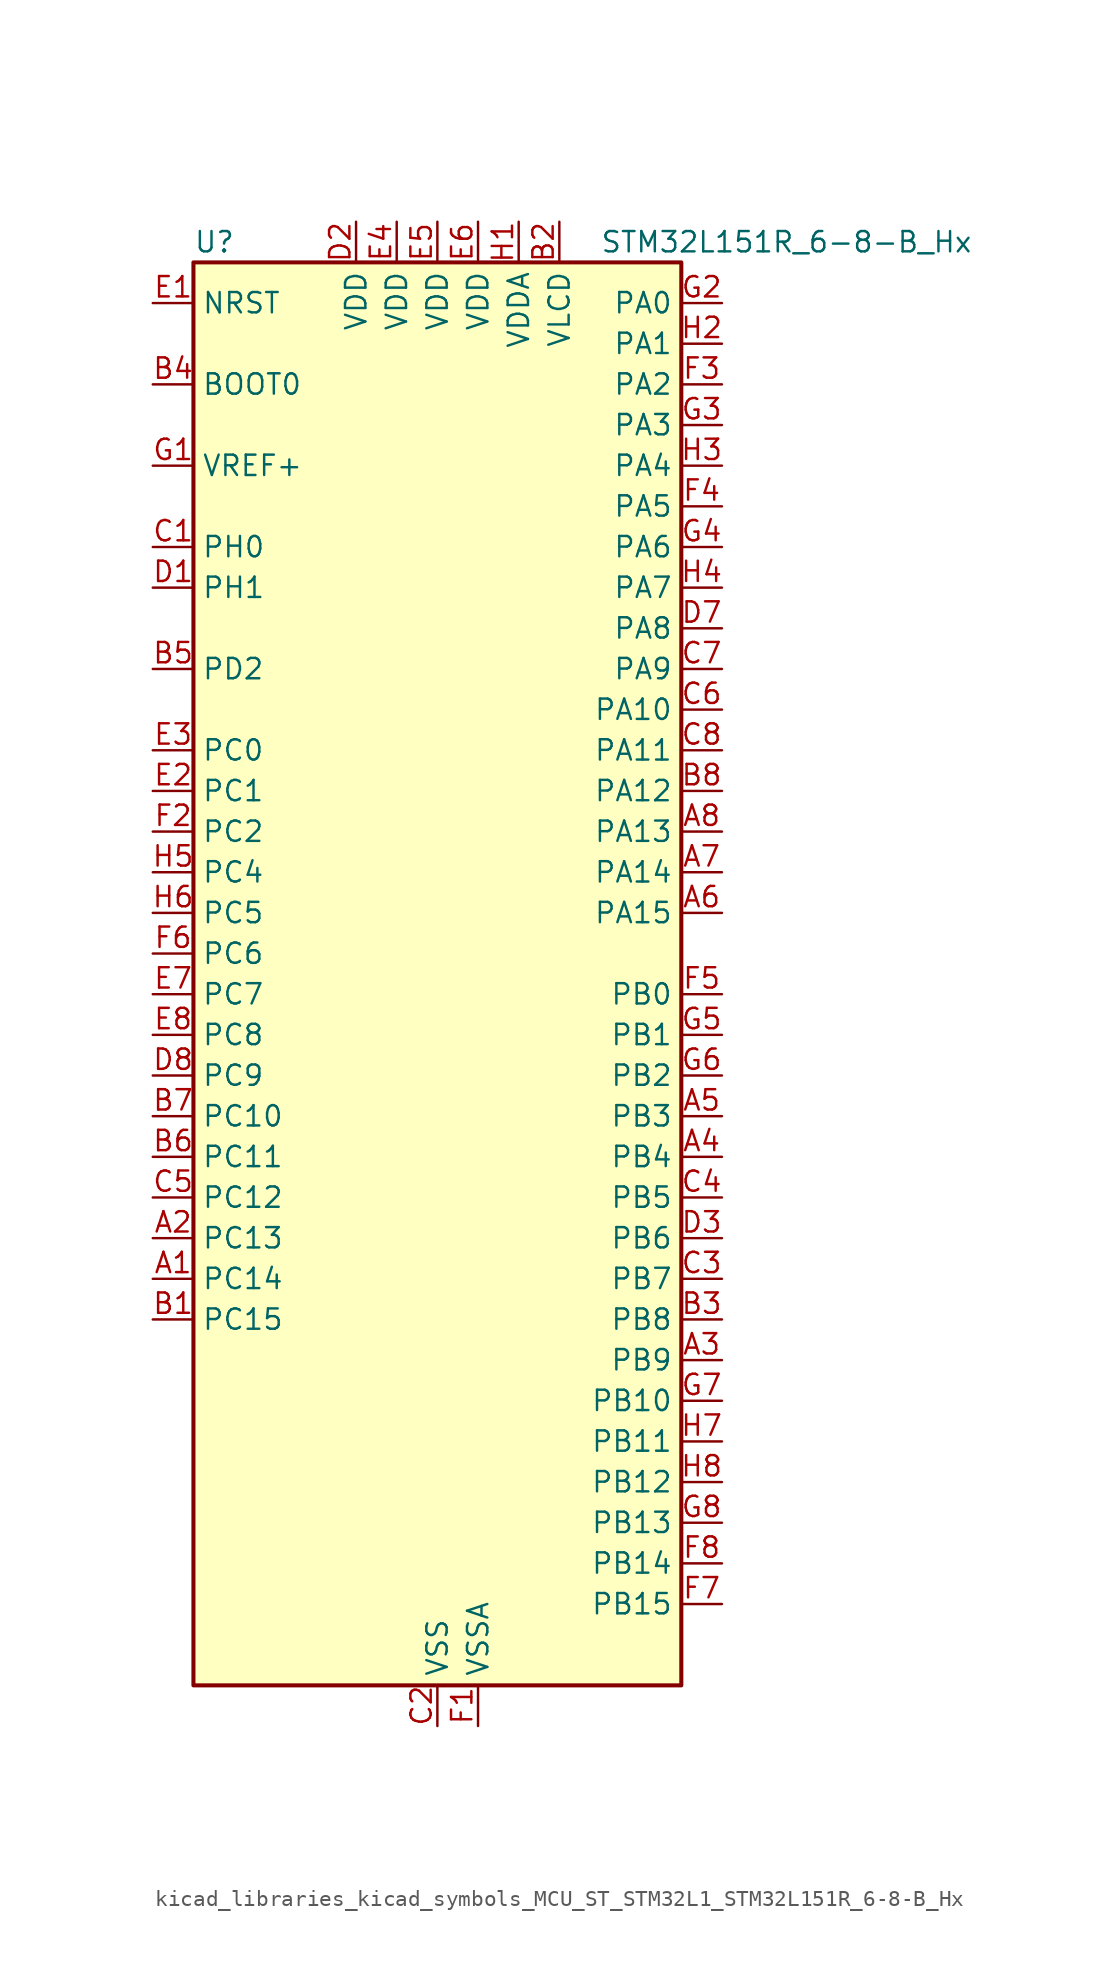
<source format=kicad_sym>
(kicad_symbol_lib
  (version 20220914)
  (generator kicad_symbol_editor)
  (symbol "kicad_libraries_kicad_symbols_MCU_ST_STM32L1_STM32L151R_6-8-B_Hx"
    (property "Reference" "U"
      (at -15.24 46.99 0)
      (effects (font (size 1.27 1.27)) (justify left)))
    (property "Value" "STM32L151R_6-8-B_Hx"
      (at 10.16 46.99 0)
      (effects (font (size 1.27 1.27)) (justify left)))
    (property "ki_locked" ""
      (at 0 0 0)
      (effects (font (size 1.27 1.27))))
    (symbol "kicad_libraries_kicad_symbols_MCU_ST_STM32L1_STM32L151R_6-8-B_Hx_0_1"
      (rectangle (start -15.24 -43.18) (end 15.24 45.72) (stroke (width 0.254) (type default)) (fill (type background))))
    (symbol "kicad_libraries_kicad_symbols_MCU_ST_STM32L1_STM32L151R_6-8-B_Hx_1_1"
      (pin bidirectional line (at -17.78 -17.78 0) (length 2.54) (name "PC14" (effects (font (size 1.27 1.27)))) (number "A1" (effects (font (size 1.27 1.27)))) (alternate "RCC_OSC32_IN" bidirectional line) (alternate "TIMX_IC3" bidirectional line))
      (pin bidirectional line (at -17.78 -15.24 0) (length 2.54) (name "PC13" (effects (font (size 1.27 1.27)))) (number "A2" (effects (font (size 1.27 1.27)))) (alternate "RTC_OUT_ALARM" bidirectional line) (alternate "RTC_OUT_CALIB" bidirectional line) (alternate "RTC_TAMP1" bidirectional line) (alternate "RTC_TS" bidirectional line) (alternate "SYS_WKUP2" bidirectional line) (alternate "TIMX_IC2" bidirectional line))
      (pin bidirectional line (at 17.78 -22.86 180) (length 2.54) (name "PB9" (effects (font (size 1.27 1.27)))) (number "A3" (effects (font (size 1.27 1.27)))) (alternate "DAC_EXTI9" bidirectional line) (alternate "I2C1_SDA" bidirectional line) (alternate "TIM11_CH1" bidirectional line) (alternate "TIM4_CH4" bidirectional line))
      (pin bidirectional line (at 17.78 -10.16 180) (length 2.54) (name "PB4" (effects (font (size 1.27 1.27)))) (number "A4" (effects (font (size 1.27 1.27)))) (alternate "COMP2_INP" bidirectional line) (alternate "SPI1_MISO" bidirectional line) (alternate "SYS_JTRST" bidirectional line) (alternate "TIM3_CH1" bidirectional line) (alternate "TS_G6_IO1" bidirectional line))
      (pin bidirectional line (at 17.78 -7.62 180) (length 2.54) (name "PB3" (effects (font (size 1.27 1.27)))) (number "A5" (effects (font (size 1.27 1.27)))) (alternate "COMP2_INM" bidirectional line) (alternate "SPI1_SCK" bidirectional line) (alternate "SYS_JTDO-TRACESWO" bidirectional line) (alternate "TIM2_CH2" bidirectional line))
      (pin bidirectional line (at 17.78 5.08 180) (length 2.54) (name "PA15" (effects (font (size 1.27 1.27)))) (number "A6" (effects (font (size 1.27 1.27)))) (alternate "ADC_EXTI15" bidirectional line) (alternate "SPI1_NSS" bidirectional line) (alternate "SYS_JTDI" bidirectional line) (alternate "TIM2_CH1" bidirectional line) (alternate "TIM2_ETR" bidirectional line) (alternate "TIMX_IC4" bidirectional line) (alternate "TS_G5_IO3" bidirectional line))
      (pin bidirectional line (at 17.78 7.62 180) (length 2.54) (name "PA14" (effects (font (size 1.27 1.27)))) (number "A7" (effects (font (size 1.27 1.27)))) (alternate "SYS_JTCK-SWCLK" bidirectional line) (alternate "TIMX_IC3" bidirectional line) (alternate "TS_G5_IO2" bidirectional line))
      (pin bidirectional line (at 17.78 10.16 180) (length 2.54) (name "PA13" (effects (font (size 1.27 1.27)))) (number "A8" (effects (font (size 1.27 1.27)))) (alternate "SYS_JTMS-SWDIO" bidirectional line) (alternate "TIMX_IC2" bidirectional line) (alternate "TS_G5_IO1" bidirectional line))
      (pin bidirectional line (at -17.78 -20.32 0) (length 2.54) (name "PC15" (effects (font (size 1.27 1.27)))) (number "B1" (effects (font (size 1.27 1.27)))) (alternate "ADC_EXTI15" bidirectional line) (alternate "RCC_OSC32_OUT" bidirectional line) (alternate "TIMX_IC4" bidirectional line))
      (pin power_in line (at 7.62 48.26 270) (length 2.54) (name "VLCD" (effects (font (size 1.27 1.27)))) (number "B2" (effects (font (size 1.27 1.27)))))
      (pin bidirectional line (at 17.78 -20.32 180) (length 2.54) (name "PB8" (effects (font (size 1.27 1.27)))) (number "B3" (effects (font (size 1.27 1.27)))) (alternate "I2C1_SCL" bidirectional line) (alternate "TIM10_CH1" bidirectional line) (alternate "TIM4_CH3" bidirectional line))
      (pin input line (at -17.78 38.1 0) (length 2.54) (name "BOOT0" (effects (font (size 1.27 1.27)))) (number "B4" (effects (font (size 1.27 1.27)))))
      (pin bidirectional line (at -17.78 20.32 0) (length 2.54) (name "PD2" (effects (font (size 1.27 1.27)))) (number "B5" (effects (font (size 1.27 1.27)))) (alternate "TIM3_ETR" bidirectional line) (alternate "TIMX_IC3" bidirectional line))
      (pin bidirectional line (at -17.78 -10.16 0) (length 2.54) (name "PC11" (effects (font (size 1.27 1.27)))) (number "B6" (effects (font (size 1.27 1.27)))) (alternate "ADC_EXTI11" bidirectional line) (alternate "TIMX_IC4" bidirectional line) (alternate "USART3_RX" bidirectional line))
      (pin bidirectional line (at -17.78 -7.62 0) (length 2.54) (name "PC10" (effects (font (size 1.27 1.27)))) (number "B7" (effects (font (size 1.27 1.27)))) (alternate "TIMX_IC3" bidirectional line) (alternate "USART3_TX" bidirectional line))
      (pin bidirectional line (at 17.78 12.7 180) (length 2.54) (name "PA12" (effects (font (size 1.27 1.27)))) (number "B8" (effects (font (size 1.27 1.27)))) (alternate "SPI1_MOSI" bidirectional line) (alternate "TIMX_IC1" bidirectional line) (alternate "USART1_RTS" bidirectional line) (alternate "USB_DP" bidirectional line))
      (pin bidirectional line (at -17.78 27.94 0) (length 2.54) (name "PH0" (effects (font (size 1.27 1.27)))) (number "C1" (effects (font (size 1.27 1.27)))) (alternate "RCC_OSC_IN" bidirectional line))
      (pin power_in line (at 0 -45.72 90) (length 2.54) (name "VSS" (effects (font (size 1.27 1.27)))) (number "C2" (effects (font (size 1.27 1.27)))))
      (pin bidirectional line (at 17.78 -17.78 180) (length 2.54) (name "PB7" (effects (font (size 1.27 1.27)))) (number "C3" (effects (font (size 1.27 1.27)))) (alternate "I2C1_SDA" bidirectional line) (alternate "SYS_PVD_IN" bidirectional line) (alternate "TIM4_CH2" bidirectional line) (alternate "USART1_RX" bidirectional line))
      (pin bidirectional line (at 17.78 -12.7 180) (length 2.54) (name "PB5" (effects (font (size 1.27 1.27)))) (number "C4" (effects (font (size 1.27 1.27)))) (alternate "COMP2_INP" bidirectional line) (alternate "I2C1_SMBA" bidirectional line) (alternate "SPI1_MOSI" bidirectional line) (alternate "TIM3_CH2" bidirectional line) (alternate "TS_G6_IO2" bidirectional line))
      (pin bidirectional line (at -17.78 -12.7 0) (length 2.54) (name "PC12" (effects (font (size 1.27 1.27)))) (number "C5" (effects (font (size 1.27 1.27)))) (alternate "TIMX_IC1" bidirectional line) (alternate "USART3_CK" bidirectional line))
      (pin bidirectional line (at 17.78 17.78 180) (length 2.54) (name "PA10" (effects (font (size 1.27 1.27)))) (number "C6" (effects (font (size 1.27 1.27)))) (alternate "TIMX_IC3" bidirectional line) (alternate "TS_G4_IO3" bidirectional line) (alternate "USART1_RX" bidirectional line))
      (pin bidirectional line (at 17.78 20.32 180) (length 2.54) (name "PA9" (effects (font (size 1.27 1.27)))) (number "C7" (effects (font (size 1.27 1.27)))) (alternate "DAC_EXTI9" bidirectional line) (alternate "TIMX_IC2" bidirectional line) (alternate "TS_G4_IO2" bidirectional line) (alternate "USART1_TX" bidirectional line))
      (pin bidirectional line (at 17.78 15.24 180) (length 2.54) (name "PA11" (effects (font (size 1.27 1.27)))) (number "C8" (effects (font (size 1.27 1.27)))) (alternate "ADC_EXTI11" bidirectional line) (alternate "SPI1_MISO" bidirectional line) (alternate "TIMX_IC4" bidirectional line) (alternate "USART1_CTS" bidirectional line) (alternate "USB_DM" bidirectional line))
      (pin bidirectional line (at -17.78 25.4 0) (length 2.54) (name "PH1" (effects (font (size 1.27 1.27)))) (number "D1" (effects (font (size 1.27 1.27)))) (alternate "RCC_OSC_OUT" bidirectional line))
      (pin power_in line (at -5.08 48.26 270) (length 2.54) (name "VDD" (effects (font (size 1.27 1.27)))) (number "D2" (effects (font (size 1.27 1.27)))))
      (pin bidirectional line (at 17.78 -15.24 180) (length 2.54) (name "PB6" (effects (font (size 1.27 1.27)))) (number "D3" (effects (font (size 1.27 1.27)))) (alternate "I2C1_SCL" bidirectional line) (alternate "TIM4_CH1" bidirectional line) (alternate "USART1_TX" bidirectional line))
      (pin passive line (at 0 -45.72 90) (length 2.54) hide (name "VSS" (effects (font (size 1.27 1.27)))) (number "D4" (effects (font (size 1.27 1.27)))))
      (pin passive line (at 0 -45.72 90) (length 2.54) hide (name "VSS" (effects (font (size 1.27 1.27)))) (number "D5" (effects (font (size 1.27 1.27)))))
      (pin passive line (at 0 -45.72 90) (length 2.54) hide (name "VSS" (effects (font (size 1.27 1.27)))) (number "D6" (effects (font (size 1.27 1.27)))))
      (pin bidirectional line (at 17.78 22.86 180) (length 2.54) (name "PA8" (effects (font (size 1.27 1.27)))) (number "D7" (effects (font (size 1.27 1.27)))) (alternate "RCC_MCO" bidirectional line) (alternate "TIMX_IC1" bidirectional line) (alternate "TS_G4_IO1" bidirectional line) (alternate "USART1_CK" bidirectional line))
      (pin bidirectional line (at -17.78 -5.08 0) (length 2.54) (name "PC9" (effects (font (size 1.27 1.27)))) (number "D8" (effects (font (size 1.27 1.27)))) (alternate "DAC_EXTI9" bidirectional line) (alternate "TIM3_CH4" bidirectional line) (alternate "TIMX_IC2" bidirectional line) (alternate "TS_G10_IO4" bidirectional line))
      (pin input line (at -17.78 43.18 0) (length 2.54) (name "NRST" (effects (font (size 1.27 1.27)))) (number "E1" (effects (font (size 1.27 1.27)))))
      (pin bidirectional line (at -17.78 12.7 0) (length 2.54) (name "PC1" (effects (font (size 1.27 1.27)))) (number "E2" (effects (font (size 1.27 1.27)))) (alternate "ADC_IN11" bidirectional line) (alternate "COMP1_INP" bidirectional line) (alternate "TIMX_IC2" bidirectional line) (alternate "TS_G8_IO2" bidirectional line))
      (pin bidirectional line (at -17.78 15.24 0) (length 2.54) (name "PC0" (effects (font (size 1.27 1.27)))) (number "E3" (effects (font (size 1.27 1.27)))) (alternate "ADC_IN10" bidirectional line) (alternate "COMP1_INP" bidirectional line) (alternate "TIMX_IC1" bidirectional line) (alternate "TS_G8_IO1" bidirectional line))
      (pin power_in line (at -2.54 48.26 270) (length 2.54) (name "VDD" (effects (font (size 1.27 1.27)))) (number "E4" (effects (font (size 1.27 1.27)))))
      (pin power_in line (at 0 48.26 270) (length 2.54) (name "VDD" (effects (font (size 1.27 1.27)))) (number "E5" (effects (font (size 1.27 1.27)))))
      (pin power_in line (at 2.54 48.26 270) (length 2.54) (name "VDD" (effects (font (size 1.27 1.27)))) (number "E6" (effects (font (size 1.27 1.27)))))
      (pin bidirectional line (at -17.78 0 0) (length 2.54) (name "PC7" (effects (font (size 1.27 1.27)))) (number "E7" (effects (font (size 1.27 1.27)))) (alternate "TIM3_CH2" bidirectional line) (alternate "TIMX_IC4" bidirectional line) (alternate "TS_G10_IO2" bidirectional line))
      (pin bidirectional line (at -17.78 -2.54 0) (length 2.54) (name "PC8" (effects (font (size 1.27 1.27)))) (number "E8" (effects (font (size 1.27 1.27)))) (alternate "TIM3_CH3" bidirectional line) (alternate "TIMX_IC1" bidirectional line) (alternate "TS_G10_IO3" bidirectional line))
      (pin power_in line (at 2.54 -45.72 90) (length 2.54) (name "VSSA" (effects (font (size 1.27 1.27)))) (number "F1" (effects (font (size 1.27 1.27)))))
      (pin bidirectional line (at -17.78 10.16 0) (length 2.54) (name "PC2" (effects (font (size 1.27 1.27)))) (number "F2" (effects (font (size 1.27 1.27)))) (alternate "ADC_IN12" bidirectional line) (alternate "COMP1_INP" bidirectional line) (alternate "TIMX_IC3" bidirectional line) (alternate "TS_G8_IO3" bidirectional line))
      (pin bidirectional line (at 17.78 38.1 180) (length 2.54) (name "PA2" (effects (font (size 1.27 1.27)))) (number "F3" (effects (font (size 1.27 1.27)))) (alternate "ADC_IN2" bidirectional line) (alternate "COMP1_INP" bidirectional line) (alternate "TIM2_CH3" bidirectional line) (alternate "TIM9_CH1" bidirectional line) (alternate "TIMX_IC3" bidirectional line) (alternate "TS_G1_IO3" bidirectional line) (alternate "USART2_TX" bidirectional line))
      (pin bidirectional line (at 17.78 30.48 180) (length 2.54) (name "PA5" (effects (font (size 1.27 1.27)))) (number "F4" (effects (font (size 1.27 1.27)))) (alternate "ADC_IN5" bidirectional line) (alternate "COMP1_INP" bidirectional line) (alternate "DAC_OUT2" bidirectional line) (alternate "SPI1_SCK" bidirectional line) (alternate "TIM2_CH1" bidirectional line) (alternate "TIM2_ETR" bidirectional line) (alternate "TIMX_IC2" bidirectional line))
      (pin bidirectional line (at 17.78 0 180) (length 2.54) (name "PB0" (effects (font (size 1.27 1.27)))) (number "F5" (effects (font (size 1.27 1.27)))) (alternate "ADC_IN8" bidirectional line) (alternate "COMP1_INP" bidirectional line) (alternate "SYS_V_REF_OUT" bidirectional line) (alternate "TIM3_CH3" bidirectional line) (alternate "TS_G3_IO1" bidirectional line))
      (pin bidirectional line (at -17.78 2.54 0) (length 2.54) (name "PC6" (effects (font (size 1.27 1.27)))) (number "F6" (effects (font (size 1.27 1.27)))) (alternate "TIM3_CH1" bidirectional line) (alternate "TIMX_IC3" bidirectional line) (alternate "TS_G10_IO1" bidirectional line))
      (pin bidirectional line (at 17.78 -38.1 180) (length 2.54) (name "PB15" (effects (font (size 1.27 1.27)))) (number "F7" (effects (font (size 1.27 1.27)))) (alternate "ADC_EXTI15" bidirectional line) (alternate "ADC_IN21" bidirectional line) (alternate "COMP1_INP" bidirectional line) (alternate "RTC_REFIN" bidirectional line) (alternate "SPI2_MOSI" bidirectional line) (alternate "TIM11_CH1" bidirectional line) (alternate "TS_G7_IO4" bidirectional line))
      (pin bidirectional line (at 17.78 -35.56 180) (length 2.54) (name "PB14" (effects (font (size 1.27 1.27)))) (number "F8" (effects (font (size 1.27 1.27)))) (alternate "ADC_IN20" bidirectional line) (alternate "COMP1_INP" bidirectional line) (alternate "SPI2_MISO" bidirectional line) (alternate "TIM9_CH2" bidirectional line) (alternate "TS_G7_IO3" bidirectional line) (alternate "USART3_RTS" bidirectional line))
      (pin input line (at -17.78 33.02 0) (length 2.54) (name "VREF+" (effects (font (size 1.27 1.27)))) (number "G1" (effects (font (size 1.27 1.27)))))
      (pin bidirectional line (at 17.78 43.18 180) (length 2.54) (name "PA0" (effects (font (size 1.27 1.27)))) (number "G2" (effects (font (size 1.27 1.27)))) (alternate "ADC_IN0" bidirectional line) (alternate "COMP1_INP" bidirectional line) (alternate "SYS_WKUP1" bidirectional line) (alternate "TIM2_CH1" bidirectional line) (alternate "TIM2_ETR" bidirectional line) (alternate "TIMX_IC1" bidirectional line) (alternate "TS_G1_IO1" bidirectional line) (alternate "USART2_CTS" bidirectional line))
      (pin bidirectional line (at 17.78 35.56 180) (length 2.54) (name "PA3" (effects (font (size 1.27 1.27)))) (number "G3" (effects (font (size 1.27 1.27)))) (alternate "ADC_IN3" bidirectional line) (alternate "COMP1_INP" bidirectional line) (alternate "TIM2_CH4" bidirectional line) (alternate "TIM9_CH2" bidirectional line) (alternate "TIMX_IC4" bidirectional line) (alternate "TS_G1_IO4" bidirectional line) (alternate "USART2_RX" bidirectional line))
      (pin bidirectional line (at 17.78 27.94 180) (length 2.54) (name "PA6" (effects (font (size 1.27 1.27)))) (number "G4" (effects (font (size 1.27 1.27)))) (alternate "ADC_IN6" bidirectional line) (alternate "COMP1_INP" bidirectional line) (alternate "SPI1_MISO" bidirectional line) (alternate "TIM10_CH1" bidirectional line) (alternate "TIM3_CH1" bidirectional line) (alternate "TIMX_IC3" bidirectional line) (alternate "TS_G2_IO1" bidirectional line))
      (pin bidirectional line (at 17.78 -2.54 180) (length 2.54) (name "PB1" (effects (font (size 1.27 1.27)))) (number "G5" (effects (font (size 1.27 1.27)))) (alternate "ADC_IN9" bidirectional line) (alternate "COMP1_INP" bidirectional line) (alternate "SYS_V_REF_OUT" bidirectional line) (alternate "TIM3_CH4" bidirectional line) (alternate "TS_G3_IO2" bidirectional line))
      (pin bidirectional line (at 17.78 -5.08 180) (length 2.54) (name "PB2" (effects (font (size 1.27 1.27)))) (number "G6" (effects (font (size 1.27 1.27)))))
      (pin bidirectional line (at 17.78 -25.4 180) (length 2.54) (name "PB10" (effects (font (size 1.27 1.27)))) (number "G7" (effects (font (size 1.27 1.27)))) (alternate "I2C2_SCL" bidirectional line) (alternate "TIM2_CH3" bidirectional line) (alternate "USART3_TX" bidirectional line))
      (pin bidirectional line (at 17.78 -33.02 180) (length 2.54) (name "PB13" (effects (font (size 1.27 1.27)))) (number "G8" (effects (font (size 1.27 1.27)))) (alternate "ADC_IN19" bidirectional line) (alternate "COMP1_INP" bidirectional line) (alternate "SPI2_SCK" bidirectional line) (alternate "TIM9_CH1" bidirectional line) (alternate "TS_G7_IO2" bidirectional line) (alternate "USART3_CTS" bidirectional line))
      (pin power_in line (at 5.08 48.26 270) (length 2.54) (name "VDDA" (effects (font (size 1.27 1.27)))) (number "H1" (effects (font (size 1.27 1.27)))))
      (pin bidirectional line (at 17.78 40.64 180) (length 2.54) (name "PA1" (effects (font (size 1.27 1.27)))) (number "H2" (effects (font (size 1.27 1.27)))) (alternate "ADC_IN1" bidirectional line) (alternate "COMP1_INP" bidirectional line) (alternate "TIM2_CH2" bidirectional line) (alternate "TIMX_IC2" bidirectional line) (alternate "TS_G1_IO2" bidirectional line) (alternate "USART2_RTS" bidirectional line))
      (pin bidirectional line (at 17.78 33.02 180) (length 2.54) (name "PA4" (effects (font (size 1.27 1.27)))) (number "H3" (effects (font (size 1.27 1.27)))) (alternate "ADC_IN4" bidirectional line) (alternate "COMP1_INP" bidirectional line) (alternate "DAC_OUT1" bidirectional line) (alternate "SPI1_NSS" bidirectional line) (alternate "TIMX_IC1" bidirectional line) (alternate "USART2_CK" bidirectional line))
      (pin bidirectional line (at 17.78 25.4 180) (length 2.54) (name "PA7" (effects (font (size 1.27 1.27)))) (number "H4" (effects (font (size 1.27 1.27)))) (alternate "ADC_IN7" bidirectional line) (alternate "COMP1_INP" bidirectional line) (alternate "SPI1_MOSI" bidirectional line) (alternate "TIM11_CH1" bidirectional line) (alternate "TIM3_CH2" bidirectional line) (alternate "TIMX_IC4" bidirectional line) (alternate "TS_G2_IO2" bidirectional line))
      (pin bidirectional line (at -17.78 7.62 0) (length 2.54) (name "PC4" (effects (font (size 1.27 1.27)))) (number "H5" (effects (font (size 1.27 1.27)))) (alternate "ADC_IN14" bidirectional line) (alternate "COMP1_INP" bidirectional line) (alternate "TIMX_IC1" bidirectional line) (alternate "TS_G9_IO1" bidirectional line))
      (pin bidirectional line (at -17.78 5.08 0) (length 2.54) (name "PC5" (effects (font (size 1.27 1.27)))) (number "H6" (effects (font (size 1.27 1.27)))) (alternate "ADC_IN15" bidirectional line) (alternate "COMP1_INP" bidirectional line) (alternate "TIMX_IC2" bidirectional line) (alternate "TS_G9_IO2" bidirectional line))
      (pin bidirectional line (at 17.78 -27.94 180) (length 2.54) (name "PB11" (effects (font (size 1.27 1.27)))) (number "H7" (effects (font (size 1.27 1.27)))) (alternate "ADC_EXTI11" bidirectional line) (alternate "I2C2_SDA" bidirectional line) (alternate "TIM2_CH4" bidirectional line) (alternate "USART3_RX" bidirectional line))
      (pin bidirectional line (at 17.78 -30.48 180) (length 2.54) (name "PB12" (effects (font (size 1.27 1.27)))) (number "H8" (effects (font (size 1.27 1.27)))) (alternate "ADC_IN18" bidirectional line) (alternate "COMP1_INP" bidirectional line) (alternate "I2C2_SMBA" bidirectional line) (alternate "SPI2_NSS" bidirectional line) (alternate "TIM10_CH1" bidirectional line) (alternate "TS_G7_IO1" bidirectional line) (alternate "USART3_CK" bidirectional line)))))
</source>
